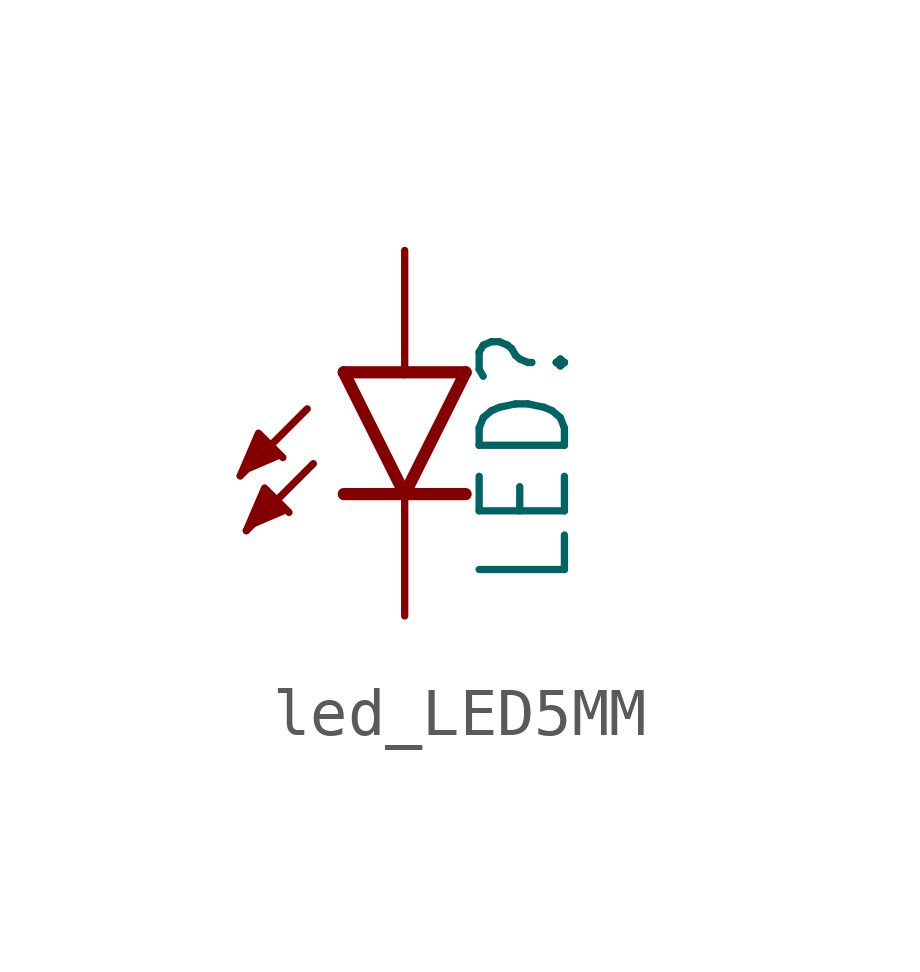
<source format=kicad_sym>
(kicad_symbol_lib
  (version 20241209)
  (generator "kicad_symbol_editor")
  (generator_version "9.0")
  (symbol "led_LED5MM"
    (property "Reference" "LED"
      (at 3.556 -4.572 90)
      (effects (font (size 1.778 1.511)) (justify left bottom)))
    (property "Value" ""
      (at 5.715 -4.572 90)
      (effects (font (size 1.778 1.511)) (justify left bottom)))
    (property "ki_locked" ""
      (at 0 0 0)
      (effects (font (size 1.27 1.27))))
    (symbol "led_LED5MM_1_0"
      (polyline (pts (xy -3.429 -2.159) (xy -3.048 -1.27) (xy -2.54 -1.778)) (stroke (width 0.152) (type solid)) (fill (type outline)))
      (polyline (pts (xy -3.302 -3.302) (xy -2.921 -2.413) (xy -2.413 -2.921)) (stroke (width 0.152) (type solid)) (fill (type outline)))
      (polyline (pts (xy -2.032 -0.762) (xy -3.429 -2.159)) (stroke (width 0.152) (type solid)) (fill (type none)))
      (polyline (pts (xy -1.905 -1.905) (xy -3.302 -3.302)) (stroke (width 0.152) (type solid)) (fill (type none)))
      (polyline (pts (xy 0 0) (xy -1.27 0)) (stroke (width 0.254) (type solid)) (fill (type none)))
      (polyline (pts (xy 0 -2.54) (xy -1.27 0)) (stroke (width 0.254) (type solid)) (fill (type none)))
      (polyline (pts (xy 0 -2.54) (xy -1.27 -2.54)) (stroke (width 0.254) (type solid)) (fill (type none)))
      (polyline (pts (xy 1.27 0) (xy 0 0)) (stroke (width 0.254) (type solid)) (fill (type none)))
      (polyline (pts (xy 1.27 0) (xy 0 -2.54)) (stroke (width 0.254) (type solid)) (fill (type none)))
      (polyline (pts (xy 1.27 -2.54) (xy 0 -2.54)) (stroke (width 0.254) (type solid)) (fill (type none)))
      (pin passive line (at 0 2.54 270) (length 2.54) (name "A" (effects (font (size 0 0)))) (number "A" (effects (font (size 0 0)))))
      (pin passive line (at 0 -5.08 90) (length 2.54) (name "C" (effects (font (size 0 0)))) (number "K" (effects (font (size 0 0))))))))
</source>
